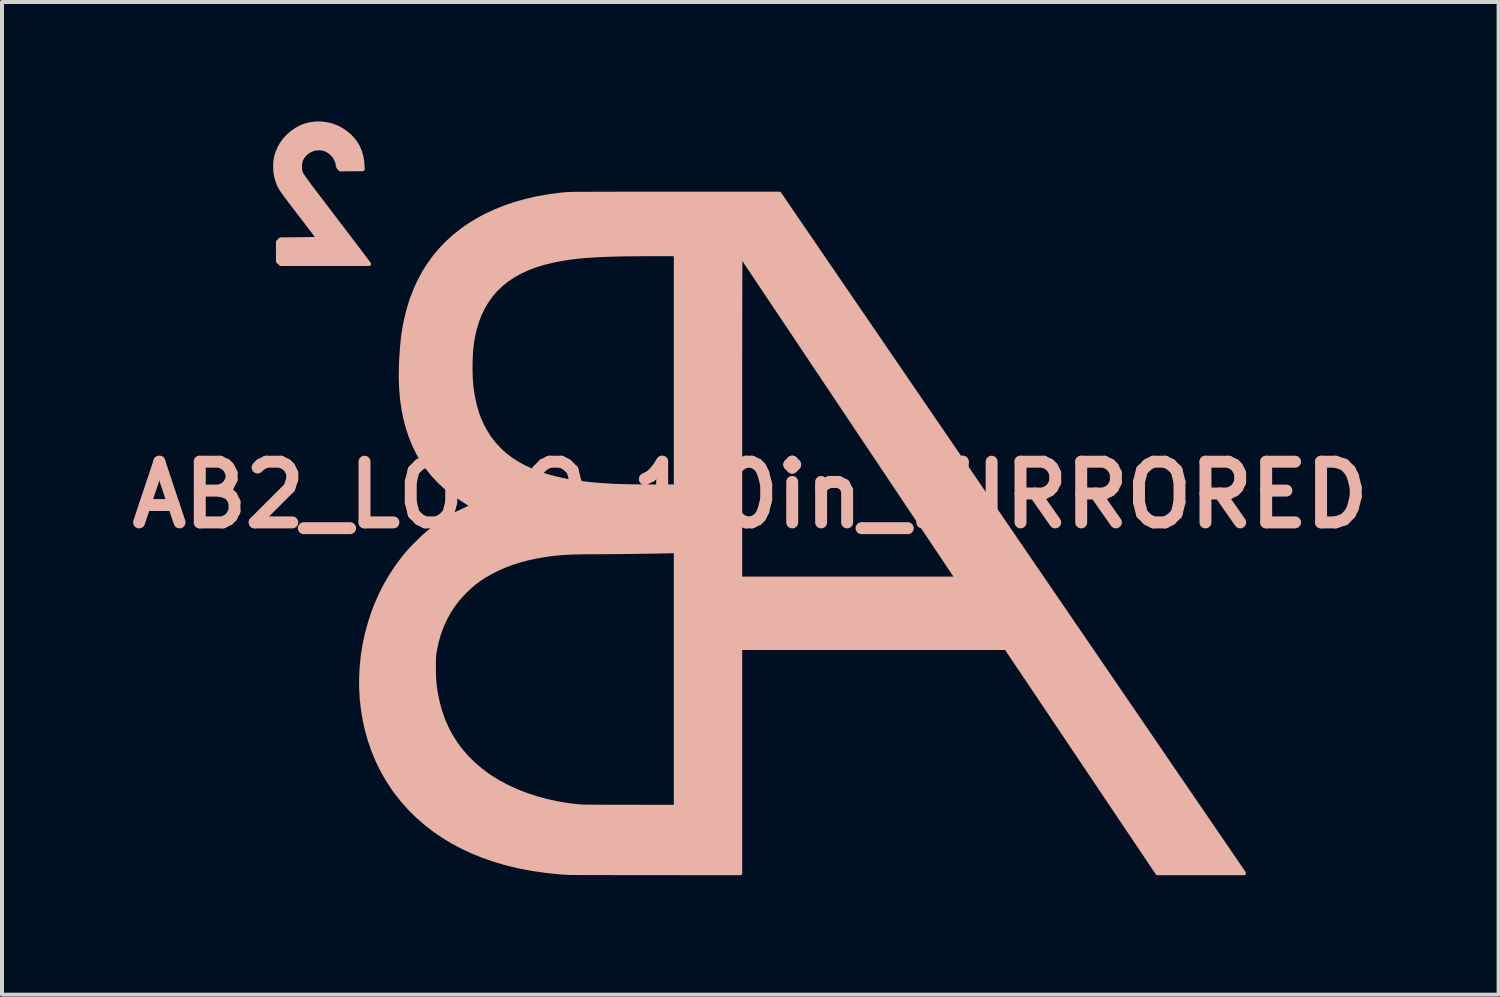
<source format=kicad_pcb>
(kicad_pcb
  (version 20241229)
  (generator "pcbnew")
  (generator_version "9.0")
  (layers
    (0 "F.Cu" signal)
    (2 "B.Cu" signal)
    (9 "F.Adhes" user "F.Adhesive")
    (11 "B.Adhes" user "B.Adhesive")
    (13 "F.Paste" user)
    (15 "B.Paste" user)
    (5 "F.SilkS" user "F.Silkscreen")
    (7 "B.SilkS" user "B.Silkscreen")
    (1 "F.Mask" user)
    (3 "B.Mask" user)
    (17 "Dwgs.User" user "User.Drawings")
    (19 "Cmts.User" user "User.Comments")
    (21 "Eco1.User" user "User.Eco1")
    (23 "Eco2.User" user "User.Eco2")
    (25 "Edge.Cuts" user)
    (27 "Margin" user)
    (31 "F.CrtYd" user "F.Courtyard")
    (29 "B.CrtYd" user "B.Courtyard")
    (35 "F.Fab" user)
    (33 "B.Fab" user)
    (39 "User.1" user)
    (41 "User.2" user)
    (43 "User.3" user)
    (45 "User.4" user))
  (footprint "AB2_LOGO_1.0in_MIRRORED"
    (layer "F.Cu")
    (at 15.792 9.379)
    (property "Reference" "AB2_LOGO_1.0in_MIRRORED" (at 0 0 0) (layer "B.SilkS") (effects (font (size 1.524 1.524) (thickness 0.3))))
    (attr through_hole)
    (fp_poly (pts (xy -9.574 -5.8) (xy -10.682 -5.8) (xy -11.79 -5.8) (xy -11.826 -5.833) (xy -11.862 -5.865) (xy -11.862 -6.108) (xy -11.862 -6.351) (xy -11.83 -6.384) (xy -11.798 -6.418) (xy -11.32 -6.423) (xy -11.232 -6.424) (xy -11.148 -6.425) (xy -11.072 -6.426) (xy -11.004 -6.427) (xy -10.946 -6.428) (xy -10.898 -6.428) (xy -10.864 -6.429) (xy -10.844 -6.43) (xy -10.839 -6.43) (xy -10.844 -6.437) (xy -10.858 -6.456) (xy -10.881 -6.486) (xy -10.911 -6.527) (xy -10.948 -6.576) (xy -10.991 -6.633) (xy -11.04 -6.696) (xy -11.092 -6.765) (xy -11.148 -6.839) (xy -11.16 -6.855) (xy -11.256 -6.979) (xy -11.341 -7.091) (xy -11.418 -7.191) (xy -11.486 -7.28) (xy -11.546 -7.359) (xy -11.598 -7.429) (xy -11.644 -7.49) (xy -11.683 -7.543) (xy -11.717 -7.59) (xy -11.745 -7.63) (xy -11.769 -7.665) (xy -11.789 -7.696) (xy -11.806 -7.723) (xy -11.819 -7.748) (xy -11.831 -7.77) (xy -11.84 -7.791) (xy -11.849 -7.812) (xy -11.857 -7.833) (xy -11.865 -7.856) (xy -11.869 -7.868) (xy -11.897 -7.957) (xy -11.916 -8.041) (xy -11.928 -8.127) (xy -11.932 -8.22) (xy -11.932 -8.247) (xy -11.931 -8.322) (xy -11.926 -8.386) (xy -11.917 -8.445) (xy -11.903 -8.505) (xy -11.883 -8.572) (xy -11.878 -8.589) (xy -11.831 -8.705) (xy -11.769 -8.815) (xy -11.693 -8.919) (xy -11.606 -9.014) (xy -11.509 -9.099) (xy -11.403 -9.173) (xy -11.29 -9.234) (xy -11.177 -9.279) (xy -11.056 -9.31) (xy -10.929 -9.327) (xy -10.799 -9.329) (xy -10.669 -9.316) (xy -10.541 -9.289) (xy -10.482 -9.271) (xy -10.364 -9.223) (xy -10.251 -9.162) (xy -10.145 -9.088) (xy -10.049 -9.004) (xy -9.964 -8.911) (xy -9.892 -8.81) (xy -9.857 -8.749) (xy -9.805 -8.631) (xy -9.768 -8.505) (xy -9.745 -8.371) (xy -9.739 -8.287) (xy -9.734 -8.179) (xy -10.016 -8.177) (xy -10.298 -8.175) (xy -10.326 -8.207) (xy -10.341 -8.226) (xy -10.351 -8.243) (xy -10.357 -8.264) (xy -10.363 -8.294) (xy -10.367 -8.325) (xy -10.374 -8.351) (xy -10.386 -8.386) (xy -10.402 -8.423) (xy -10.408 -8.435) (xy -10.452 -8.507) (xy -10.51 -8.572) (xy -10.577 -8.626) (xy -10.651 -8.668) (xy -10.71 -8.69) (xy -10.752 -8.698) (xy -10.804 -8.703) (xy -10.86 -8.703) (xy -10.912 -8.699) (xy -10.955 -8.691) (xy -11.039 -8.661) (xy -11.115 -8.617) (xy -11.181 -8.562) (xy -11.236 -8.496) (xy -11.278 -8.422) (xy -11.286 -8.401) (xy -11.3 -8.35) (xy -11.308 -8.29) (xy -11.31 -8.228) (xy -11.305 -8.17) (xy -11.303 -8.16) (xy -11.3 -8.145) (xy -11.297 -8.131) (xy -11.294 -8.117) (xy -11.29 -8.103) (xy -11.285 -8.088) (xy -11.277 -8.072) (xy -11.267 -8.053) (xy -11.255 -8.032) (xy -11.239 -8.006) (xy -11.219 -7.977) (xy -11.194 -7.942) (xy -11.165 -7.901) (xy -11.131 -7.854) (xy -11.09 -7.799) (xy -11.043 -7.736) (xy -10.99 -7.665) (xy -10.929 -7.585) (xy -10.86 -7.494) (xy -10.782 -7.392) (xy -10.696 -7.279) (xy -10.601 -7.154) (xy -10.52 -7.048) (xy -10.452 -6.959) (xy -10.382 -6.867) (xy -10.31 -6.773) (xy -10.237 -6.677) (xy -10.164 -6.58) (xy -10.091 -6.485) (xy -10.021 -6.392) (xy -9.952 -6.302) (xy -9.887 -6.216) (xy -9.827 -6.136) (xy -9.771 -6.062) (xy -9.721 -5.996) (xy -9.679 -5.94) (xy -9.643 -5.893) (xy -9.617 -5.858) (xy -9.601 -5.836) (xy -9.574 -5.8)) (stroke (width 0.1) (type solid)) (fill yes) (layer "B.SilkS"))
    (fp_poly (pts (xy 12.397 9.5) (xy 11.31 9.499) (xy 10.223 9.499) (xy 9.449 8.346) (xy 9.367 8.224) (xy 9.276 8.089) (xy 9.178 7.943) (xy 9.073 7.786) (xy 8.962 7.621) (xy 8.846 7.449) (xy 8.726 7.27) (xy 8.603 7.086) (xy 8.477 6.899) (xy 8.35 6.71) (xy 8.222 6.52) (xy 8.095 6.331) (xy 7.969 6.143) (xy 7.845 5.958) (xy 7.724 5.778) (xy 7.607 5.604) (xy 7.55 5.518) (xy 6.425 3.844) (xy 5.192 3.844) (xy 5.192 2.1) (xy 5.177 2.076) (xy 5.171 2.068) (xy 5.156 2.045) (xy 5.133 2.01) (xy 5.101 1.962) (xy 5.061 1.902) (xy 5.014 1.832) (xy 4.959 1.75) (xy 4.898 1.658) (xy 4.83 1.557) (xy 4.756 1.446) (xy 4.676 1.327) (xy 4.592 1.2) (xy 4.502 1.066) (xy 4.408 0.925) (xy 4.309 0.778) (xy 4.207 0.625) (xy 4.101 0.466) (xy 3.992 0.304) (xy 3.88 0.137) (xy 3.778 -0.017) (xy 3.644 -0.216) (xy 3.503 -0.427) (xy 3.356 -0.648) (xy 3.203 -0.877) (xy 3.045 -1.113) (xy 2.883 -1.354) (xy 2.719 -1.599) (xy 2.554 -1.847) (xy 2.388 -2.095) (xy 2.223 -2.342) (xy 2.059 -2.587) (xy 1.897 -2.829) (xy 1.739 -3.065) (xy 1.586 -3.294) (xy 1.439 -3.514) (xy 1.298 -3.725) (xy 1.165 -3.924) (xy 1.077 -4.056) (xy 0.966 -4.221) (xy 0.858 -4.383) (xy 0.752 -4.541) (xy 0.65 -4.694) (xy 0.551 -4.841) (xy 0.456 -4.983) (xy 0.366 -5.119) (xy 0.28 -5.247) (xy 0.199 -5.367) (xy 0.124 -5.48) (xy 0.055 -5.584) (xy -0.009 -5.678) (xy -0.065 -5.762) (xy -0.115 -5.837) (xy -0.157 -5.9) (xy -0.192 -5.951) (xy -0.218 -5.99) (xy -0.236 -6.017) (xy -0.246 -6.031) (xy -0.247 -6.032) (xy -0.247 -6.024) (xy -0.248 -6) (xy -0.248 -5.96) (xy -0.249 -5.904) (xy -0.249 -5.833) (xy -0.249 -5.748) (xy -0.25 -5.648) (xy -0.25 -5.535) (xy -0.251 -5.409) (xy -0.251 -5.27) (xy -0.251 -5.119) (xy -0.252 -4.957) (xy -0.252 -4.783) (xy -0.252 -4.598) (xy -0.253 -4.404) (xy -0.253 -4.199) (xy -0.253 -3.985) (xy -0.253 -3.762) (xy -0.253 -3.531) (xy -0.254 -3.292) (xy -0.254 -3.046) (xy -0.254 -2.793) (xy -0.254 -2.533) (xy -0.254 -2.268) (xy -0.254 -1.996) (xy -0.254 -1.97) (xy -0.254 2.1) (xy 2.469 2.1) (xy 5.192 2.1) (xy 5.192 3.844) (xy 3.085 3.844) (xy -0.254 3.844) (xy -0.254 6.672) (xy -0.254 9.5) (xy -1.871 9.498) (xy -1.871 7.832) (xy -1.871 4.622) (xy -1.871 1.413) (xy -1.871 -0.212) (xy -1.871 -3.128) (xy -1.871 -6.045) (xy -2.441 -6.045) (xy -2.676 -6.045) (xy -2.896 -6.043) (xy -3.101 -6.041) (xy -3.292 -6.038) (xy -3.471 -6.033) (xy -3.638 -6.028) (xy -3.794 -6.021) (xy -3.94 -6.013) (xy -4.078 -6.004) (xy -4.209 -5.993) (xy -4.333 -5.981) (xy -4.452 -5.967) (xy -4.566 -5.952) (xy -4.677 -5.934) (xy -4.786 -5.916) (xy -4.894 -5.895) (xy -4.97 -5.879) (xy -5.195 -5.824) (xy -5.406 -5.759) (xy -5.604 -5.683) (xy -5.789 -5.596) (xy -5.961 -5.499) (xy -6.12 -5.391) (xy -6.266 -5.273) (xy -6.399 -5.143) (xy -6.519 -5.003) (xy -6.626 -4.852) (xy -6.72 -4.691) (xy -6.801 -4.518) (xy -6.87 -4.334) (xy -6.917 -4.173) (xy -6.947 -4.05) (xy -6.971 -3.928) (xy -6.99 -3.805) (xy -7.005 -3.677) (xy -7.016 -3.541) (xy -7.022 -3.393) (xy -7.025 -3.298) (xy -7.025 -3.099) (xy -7.019 -2.913) (xy -7.005 -2.737) (xy -6.984 -2.57) (xy -6.954 -2.408) (xy -6.917 -2.249) (xy -6.896 -2.172) (xy -6.869 -2.08) (xy -6.843 -2) (xy -6.815 -1.926) (xy -6.784 -1.853) (xy -6.748 -1.775) (xy -6.731 -1.74) (xy -6.642 -1.576) (xy -6.543 -1.423) (xy -6.431 -1.279) (xy -6.307 -1.145) (xy -6.172 -1.021) (xy -6.024 -0.906) (xy -5.863 -0.801) (xy -5.69 -0.704) (xy -5.503 -0.617) (xy -5.304 -0.539) (xy -5.09 -0.47) (xy -4.863 -0.41) (xy -4.623 -0.358) (xy -4.368 -0.315) (xy -4.098 -0.281) (xy -3.869 -0.259) (xy -3.767 -0.251) (xy -3.668 -0.244) (xy -3.569 -0.237) (xy -3.468 -0.232) (xy -3.365 -0.228) (xy -3.256 -0.224) (xy -3.142 -0.221) (xy -3.018 -0.218) (xy -2.885 -0.216) (xy -2.74 -0.215) (xy -2.582 -0.214) (xy -2.415 -0.213) (xy -1.871 -0.212) (xy -1.871 1.413) (xy -2.123 1.418) (xy -2.24 1.42) (xy -2.368 1.423) (xy -2.505 1.425) (xy -2.648 1.427) (xy -2.796 1.429) (xy -2.946 1.431) (xy -3.096 1.433) (xy -3.244 1.435) (xy -3.387 1.436) (xy -3.523 1.437) (xy -3.651 1.438) (xy -3.767 1.439) (xy -3.87 1.439) (xy -3.924 1.439) (xy -4.09 1.44) (xy -4.241 1.442) (xy -4.38 1.445) (xy -4.507 1.449) (xy -4.626 1.455) (xy -4.738 1.462) (xy -4.845 1.471) (xy -4.949 1.482) (xy -5.052 1.495) (xy -5.114 1.504) (xy -5.359 1.544) (xy -5.591 1.594) (xy -5.812 1.654) (xy -6.024 1.723) (xy -6.227 1.804) (xy -6.397 1.882) (xy -6.548 1.961) (xy -6.686 2.041) (xy -6.813 2.125) (xy -6.934 2.215) (xy -7.05 2.314) (xy -7.165 2.423) (xy -7.176 2.434) (xy -7.319 2.589) (xy -7.448 2.754) (xy -7.564 2.928) (xy -7.665 3.112) (xy -7.752 3.304) (xy -7.824 3.505) (xy -7.882 3.714) (xy -7.925 3.931) (xy -7.931 3.967) (xy -7.935 4.001) (xy -7.939 4.036) (xy -7.942 4.075) (xy -7.944 4.121) (xy -7.945 4.175) (xy -7.945 4.241) (xy -7.946 4.32) (xy -7.945 4.335) (xy -7.945 4.441) (xy -7.943 4.534) (xy -7.939 4.617) (xy -7.934 4.695) (xy -7.926 4.772) (xy -7.916 4.851) (xy -7.903 4.936) (xy -7.895 4.988) (xy -7.847 5.219) (xy -7.786 5.442) (xy -7.709 5.657) (xy -7.619 5.862) (xy -7.514 6.059) (xy -7.394 6.247) (xy -7.261 6.425) (xy -7.113 6.594) (xy -6.951 6.754) (xy -6.775 6.904) (xy -6.586 7.045) (xy -6.532 7.082) (xy -6.329 7.207) (xy -6.114 7.323) (xy -5.886 7.428) (xy -5.648 7.522) (xy -5.401 7.605) (xy -5.145 7.676) (xy -4.882 7.735) (xy -4.868 7.738) (xy -4.758 7.758) (xy -4.644 7.776) (xy -4.53 7.793) (xy -4.42 7.806) (xy -4.317 7.817) (xy -4.224 7.824) (xy -4.183 7.826) (xy -4.166 7.826) (xy -4.134 7.827) (xy -4.087 7.827) (xy -4.027 7.827) (xy -3.954 7.828) (xy -3.869 7.828) (xy -3.773 7.828) (xy -3.668 7.829) (xy -3.555 7.829) (xy -3.434 7.829) (xy -3.306 7.829) (xy -3.174 7.83) (xy -3.037 7.83) (xy -2.995 7.83) (xy -1.871 7.832) (xy -1.871 9.498) (xy -2.36 9.498) (xy -2.549 9.498) (xy -2.733 9.498) (xy -2.913 9.497) (xy -3.087 9.497) (xy -3.256 9.497) (xy -3.417 9.497) (xy -3.57 9.496) (xy -3.715 9.496) (xy -3.851 9.496) (xy -3.976 9.496) (xy -4.091 9.495) (xy -4.194 9.495) (xy -4.286 9.495) (xy -4.364 9.495) (xy -4.428 9.494) (xy -4.478 9.494) (xy -4.513 9.494) (xy -4.532 9.494) (xy -4.534 9.494) (xy -4.64 9.488) (xy -4.759 9.48) (xy -4.887 9.468) (xy -5.021 9.454) (xy -5.156 9.438) (xy -5.29 9.42) (xy -5.419 9.401) (xy -5.495 9.389) (xy -5.81 9.329) (xy -6.116 9.256) (xy -6.411 9.17) (xy -6.695 9.072) (xy -6.969 8.962) (xy -7.232 8.84) (xy -7.483 8.706) (xy -7.723 8.56) (xy -7.952 8.403) (xy -8.168 8.233) (xy -8.373 8.052) (xy -8.566 7.86) (xy -8.746 7.657) (xy -8.913 7.442) (xy -8.965 7.37) (xy -9.11 7.148) (xy -9.241 6.918) (xy -9.358 6.68) (xy -9.461 6.434) (xy -9.549 6.182) (xy -9.623 5.925) (xy -9.683 5.662) (xy -9.727 5.396) (xy -9.758 5.126) (xy -9.773 4.853) (xy -9.774 4.579) (xy -9.759 4.303) (xy -9.73 4.028) (xy -9.686 3.752) (xy -9.627 3.478) (xy -9.552 3.206) (xy -9.463 2.937) (xy -9.407 2.79) (xy -9.296 2.533) (xy -9.173 2.286) (xy -9.036 2.049) (xy -8.885 1.818) (xy -8.719 1.594) (xy -8.631 1.486) (xy -8.584 1.432) (xy -8.527 1.369) (xy -8.463 1.301) (xy -8.393 1.231) (xy -8.322 1.16) (xy -8.252 1.092) (xy -8.185 1.03) (xy -8.125 0.976) (xy -8.087 0.944) (xy -7.91 0.805) (xy -7.727 0.677) (xy -7.541 0.561) (xy -7.355 0.458) (xy -7.176 0.373) (xy -7.132 0.353) (xy -7.09 0.334) (xy -7.053 0.318) (xy -7.028 0.305) (xy -7.024 0.303) (xy -6.983 0.282) (xy -7.016 0.256) (xy -7.033 0.244) (xy -7.062 0.224) (xy -7.1 0.199) (xy -7.143 0.17) (xy -7.19 0.14) (xy -7.197 0.135) (xy -7.3 0.069) (xy -7.39 0.008) (xy -7.471 -0.049) (xy -7.544 -0.104) (xy -7.612 -0.158) (xy -7.677 -0.215) (xy -7.743 -0.275) (xy -7.799 -0.328) (xy -7.953 -0.49) (xy -8.094 -0.663) (xy -8.222 -0.846) (xy -8.337 -1.039) (xy -8.438 -1.244) (xy -8.526 -1.458) (xy -8.602 -1.684) (xy -8.663 -1.919) (xy -8.712 -2.165) (xy -8.748 -2.421) (xy -8.77 -2.688) (xy -8.779 -2.965) (xy -8.774 -3.252) (xy -8.772 -3.315) (xy -8.763 -3.477) (xy -8.753 -3.625) (xy -8.743 -3.761) (xy -8.73 -3.887) (xy -8.716 -4.006) (xy -8.699 -4.12) (xy -8.68 -4.231) (xy -8.659 -4.343) (xy -8.652 -4.373) (xy -8.59 -4.633) (xy -8.514 -4.882) (xy -8.424 -5.121) (xy -8.322 -5.349) (xy -8.206 -5.568) (xy -8.077 -5.775) (xy -7.934 -5.972) (xy -7.779 -6.158) (xy -7.611 -6.333) (xy -7.429 -6.498) (xy -7.235 -6.652) (xy -7.027 -6.795) (xy -6.807 -6.927) (xy -6.655 -7.007) (xy -6.413 -7.121) (xy -6.161 -7.223) (xy -5.899 -7.311) (xy -5.626 -7.388) (xy -5.342 -7.452) (xy -5.047 -7.504) (xy -4.74 -7.543) (xy -4.678 -7.55) (xy -4.663 -7.551) (xy -4.646 -7.553) (xy -4.629 -7.554) (xy -4.609 -7.555) (xy -4.587 -7.556) (xy -4.562 -7.557) (xy -4.533 -7.558) (xy -4.499 -7.559) (xy -4.46 -7.56) (xy -4.416 -7.56) (xy -4.366 -7.561) (xy -4.309 -7.562) (xy -4.245 -7.562) (xy -4.173 -7.563) (xy -4.093 -7.563) (xy -4.003 -7.563) (xy -3.904 -7.564) (xy -3.794 -7.564) (xy -3.674 -7.564) (xy -3.542 -7.564) (xy -3.399 -7.565) (xy -3.242 -7.565) (xy -3.073 -7.565) (xy -2.89 -7.565) (xy -2.692 -7.565) (xy -2.48 -7.565) (xy -2.252 -7.565) (xy -2.008 -7.565) (xy -1.897 -7.565) (xy 0.731 -7.565) (xy 1.327 -6.693) (xy 1.412 -6.569) (xy 1.504 -6.435) (xy 1.603 -6.29) (xy 1.709 -6.135) (xy 1.821 -5.971) (xy 1.939 -5.798) (xy 2.064 -5.616) (xy 2.194 -5.425) (xy 2.33 -5.226) (xy 2.472 -5.02) (xy 2.618 -4.805) (xy 2.77 -4.584) (xy 2.926 -4.355) (xy 3.087 -4.12) (xy 3.252 -3.879) (xy 3.42 -3.632) (xy 3.593 -3.379) (xy 3.77 -3.122) (xy 3.949 -2.859) (xy 4.132 -2.591) (xy 4.318 -2.32) (xy 4.506 -2.044) (xy 4.697 -1.765) (xy 4.89 -1.483) (xy 5.085 -1.198) (xy 5.282 -0.91) (xy 5.48 -0.62) (xy 5.68 -0.328) (xy 5.881 -0.034) (xy 6.082 0.261) (xy 6.285 0.557) (xy 6.487 0.853) (xy 6.69 1.15) (xy 6.893 1.447) (xy 7.096 1.743) (xy 7.298 2.038) (xy 7.499 2.333) (xy 7.699 2.626) (xy 7.899 2.917) (xy 8.096 3.207) (xy 8.293 3.494) (xy 8.487 3.778) (xy 8.679 4.059) (xy 8.869 4.337) (xy 9.057 4.611) (xy 9.241 4.881) (xy 9.423 5.147) (xy 9.601 5.408) (xy 9.777 5.664) (xy 9.948 5.915) (xy 10.115 6.16) (xy 10.279 6.399) (xy 10.438 6.632) (xy 10.592 6.858) (xy 10.742 7.077) (xy 10.887 7.289) (xy 11.026 7.493) (xy 11.16 7.689) (xy 11.288 7.876) (xy 11.411 8.055) (xy 11.527 8.225) (xy 11.637 8.386) (xy 11.74 8.537) (xy 11.837 8.678) (xy 11.926 8.809) (xy 12.008 8.929) (xy 12.083 9.038) (xy 12.149 9.136) (xy 12.208 9.222) (xy 12.259 9.296) (xy 12.301 9.358) (xy 12.335 9.407) (xy 12.36 9.444) (xy 12.375 9.467) (xy 12.382 9.476) (xy 12.382 9.476) (xy 12.397 9.5)) (stroke (width 0.1) (type solid)) (fill yes) (layer "B.SilkS")))
  (gr_rect
    (start -3 -3)
    (end 34.583 21.928)
    (stroke (width 0.1) (type default))
    (fill no)
    (layer "Edge.Cuts")))
</source>
